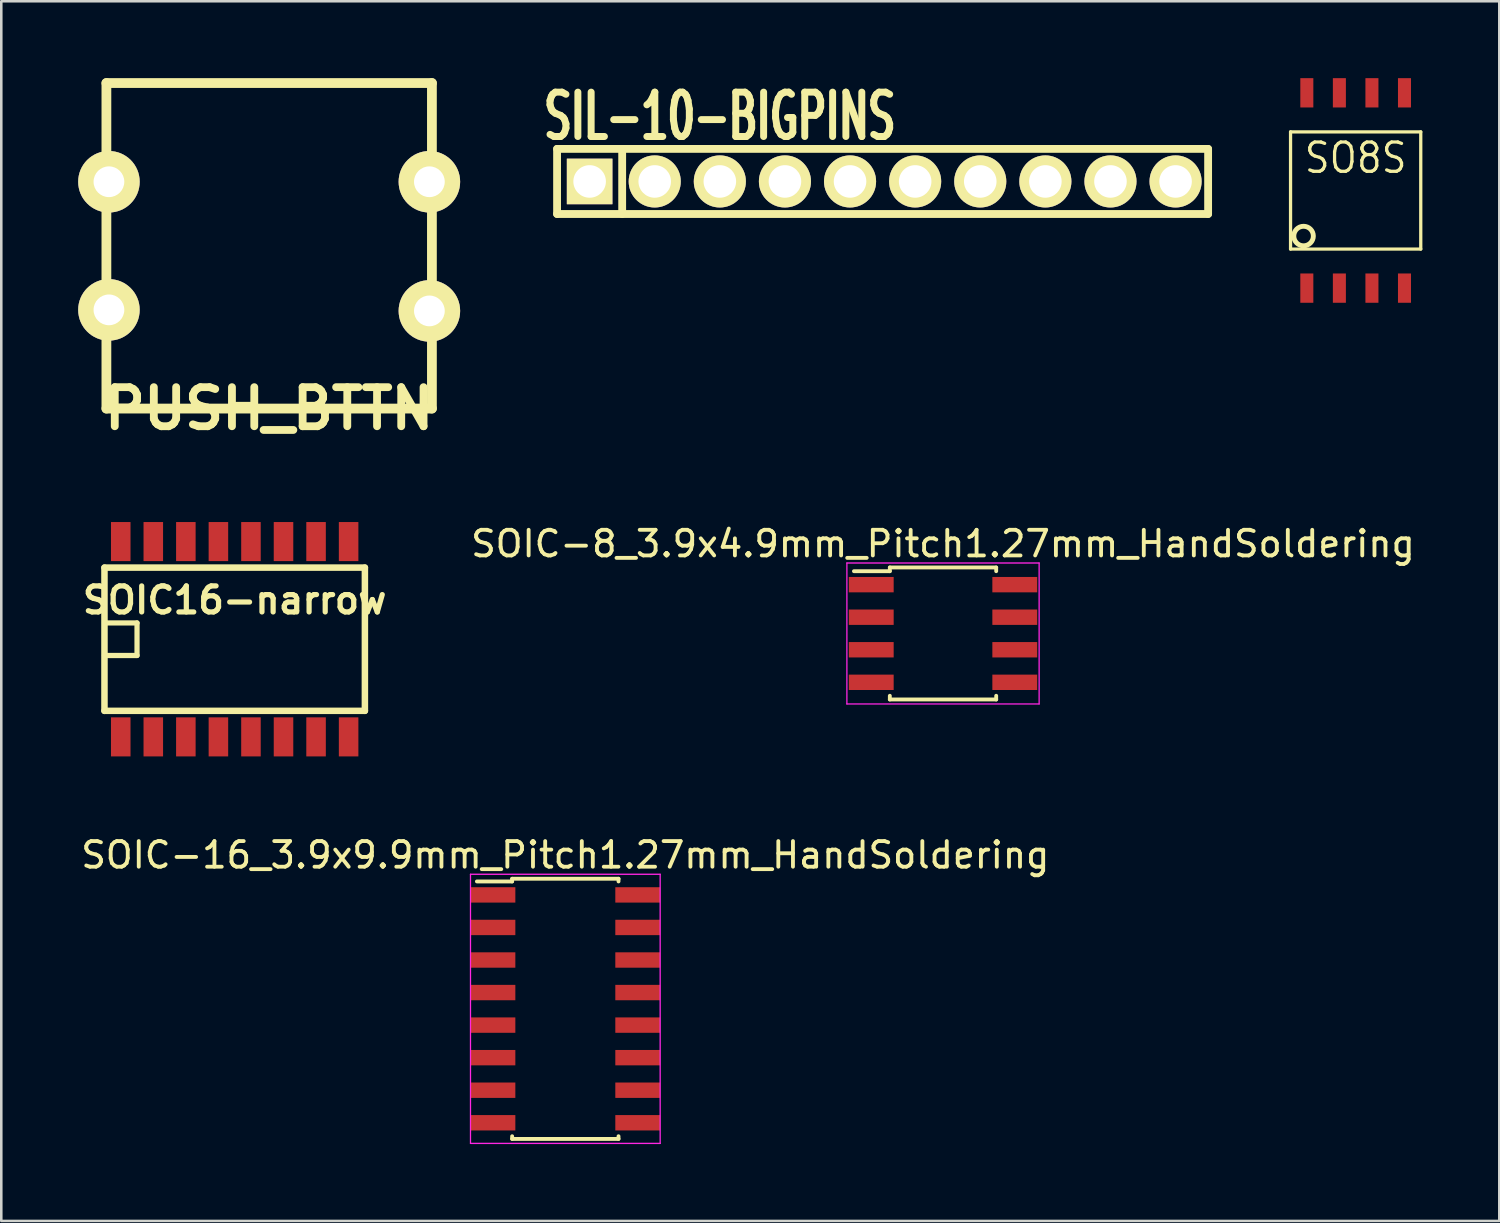
<source format=kicad_pcb>
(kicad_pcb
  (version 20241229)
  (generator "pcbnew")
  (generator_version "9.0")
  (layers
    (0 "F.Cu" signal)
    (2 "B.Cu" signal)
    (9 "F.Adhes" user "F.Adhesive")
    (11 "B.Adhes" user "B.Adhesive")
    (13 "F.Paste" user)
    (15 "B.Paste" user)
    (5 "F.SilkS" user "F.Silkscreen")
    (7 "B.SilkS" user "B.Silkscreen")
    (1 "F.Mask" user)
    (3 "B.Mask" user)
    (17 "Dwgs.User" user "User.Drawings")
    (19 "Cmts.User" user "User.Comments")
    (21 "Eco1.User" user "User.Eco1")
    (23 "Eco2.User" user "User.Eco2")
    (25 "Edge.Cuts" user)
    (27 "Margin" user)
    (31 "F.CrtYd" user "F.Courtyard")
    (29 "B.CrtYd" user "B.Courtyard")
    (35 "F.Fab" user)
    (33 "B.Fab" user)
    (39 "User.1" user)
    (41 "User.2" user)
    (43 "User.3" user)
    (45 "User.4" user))
  (footprint "SOIC-16_3.9x9.9mm_Pitch1.27mm_HandSoldering"
    (layer "F.Cu")
    (at 19.006 36.309)
    (property "Reference" "SOIC-16_3.9x9.9mm_Pitch1.27mm_HandSoldering" (at 0 -6 0) (layer "F.SilkS") (effects (font (size 1 1) (thickness 0.15))))
    (attr smd)
    (fp_line (start -2.075 -5.075) (end -2.075 -4.97) (stroke (width 0.15) (type solid)) (layer "F.SilkS"))
    (fp_line (start -2.075 -5.075) (end 2.075 -5.075) (stroke (width 0.15) (type solid)) (layer "F.SilkS"))
    (fp_line (start -2.075 -4.97) (end -3.45 -4.97) (stroke (width 0.15) (type solid)) (layer "F.SilkS"))
    (fp_line (start -2.075 5.075) (end -2.075 4.97) (stroke (width 0.15) (type solid)) (layer "F.SilkS"))
    (fp_line (start -2.075 5.075) (end 2.075 5.075) (stroke (width 0.15) (type solid)) (layer "F.SilkS"))
    (fp_line (start 2.075 -5.075) (end 2.075 -4.97) (stroke (width 0.15) (type solid)) (layer "F.SilkS"))
    (fp_line (start 2.075 5.075) (end 2.075 4.97) (stroke (width 0.15) (type solid)) (layer "F.SilkS"))
    (fp_line (start -3.7 -5.25) (end -3.7 5.25) (stroke (width 0.05) (type solid)) (layer "F.CrtYd"))
    (fp_line (start -3.7 -5.25) (end 3.7 -5.25) (stroke (width 0.05) (type solid)) (layer "F.CrtYd"))
    (fp_line (start -3.7 5.25) (end 3.7 5.25) (stroke (width 0.05) (type solid)) (layer "F.CrtYd"))
    (fp_line (start 3.7 -5.25) (end 3.7 5.25) (stroke (width 0.05) (type solid)) (layer "F.CrtYd"))
    (pad "1" smd rect (at -2.825 -4.445) (size 1.75 0.6) (layers "F.Cu" "F.Mask" "F.Paste"))
    (pad "2" smd rect (at -2.825 -3.175) (size 1.75 0.6) (layers "F.Cu" "F.Mask" "F.Paste"))
    (pad "3" smd rect (at -2.825 -1.905) (size 1.75 0.6) (layers "F.Cu" "F.Mask" "F.Paste"))
    (pad "4" smd rect (at -2.825 -0.635) (size 1.75 0.6) (layers "F.Cu" "F.Mask" "F.Paste"))
    (pad "5" smd rect (at -2.825 0.635) (size 1.75 0.6) (layers "F.Cu" "F.Mask" "F.Paste"))
    (pad "6" smd rect (at -2.825 1.905) (size 1.75 0.6) (layers "F.Cu" "F.Mask" "F.Paste"))
    (pad "7" smd rect (at -2.825 3.175) (size 1.75 0.6) (layers "F.Cu" "F.Mask" "F.Paste"))
    (pad "8" smd rect (at -2.825 4.445) (size 1.75 0.6) (layers "F.Cu" "F.Mask" "F.Paste"))
    (pad "9" smd rect (at 2.825 4.445) (size 1.75 0.6) (layers "F.Cu" "F.Mask" "F.Paste"))
    (pad "10" smd rect (at 2.825 3.175) (size 1.75 0.6) (layers "F.Cu" "F.Mask" "F.Paste"))
    (pad "11" smd rect (at 2.825 1.905) (size 1.75 0.6) (layers "F.Cu" "F.Mask" "F.Paste"))
    (pad "12" smd rect (at 2.825 0.635) (size 1.75 0.6) (layers "F.Cu" "F.Mask" "F.Paste"))
    (pad "13" smd rect (at 2.825 -0.635) (size 1.75 0.6) (layers "F.Cu" "F.Mask" "F.Paste"))
    (pad "14" smd rect (at 2.825 -1.905) (size 1.75 0.6) (layers "F.Cu" "F.Mask" "F.Paste"))
    (pad "15" smd rect (at 2.825 -3.175) (size 1.75 0.6) (layers "F.Cu" "F.Mask" "F.Paste"))
    (pad "16" smd rect (at 2.825 -4.445) (size 1.75 0.6) (layers "F.Cu" "F.Mask" "F.Paste")))
  (footprint "SIL-10-BIGPINS"
    (layer "F.Cu")
    (at 31.384 4.029)
    (property "Reference" "SIL-10-BIGPINS" (at -6.35 -2.54 0) (layer "F.SilkS") (effects (font (size 1.73 1.087) (thickness 0.272))))
    (attr through_hole)
    (fp_line (start -12.7 -1.27) (end 12.7 -1.27) (stroke (width 0.305) (type solid)) (layer "F.SilkS"))
    (fp_line (start -12.7 1.27) (end -12.7 -1.27) (stroke (width 0.305) (type solid)) (layer "F.SilkS"))
    (fp_line (start -10.16 1.27) (end -10.16 -1.27) (stroke (width 0.305) (type solid)) (layer "F.SilkS"))
    (fp_line (start 12.7 -1.27) (end 12.7 1.27) (stroke (width 0.305) (type solid)) (layer "F.SilkS"))
    (fp_line (start 12.7 1.27) (end -12.7 1.27) (stroke (width 0.305) (type solid)) (layer "F.SilkS"))
    (pad "1" thru_hole rect (at -11.43 0) (size 1.778 1.778) (drill 1.27) (layers "*.Cu" "*.Mask" "F.SilkS"))
    (pad "2" thru_hole circle (at -8.89 0) (size 2.032 2.032) (drill 1.27) (layers "*.Cu" "*.Mask" "F.SilkS"))
    (pad "3" thru_hole circle (at -6.35 0) (size 2.032 2.032) (drill 1.27) (layers "*.Cu" "*.Mask" "F.SilkS"))
    (pad "4" thru_hole circle (at -3.81 0) (size 2.032 2.032) (drill 1.27) (layers "*.Cu" "*.Mask" "F.SilkS"))
    (pad "5" thru_hole circle (at -1.27 0) (size 2.032 2.032) (drill 1.27) (layers "*.Cu" "*.Mask" "F.SilkS"))
    (pad "6" thru_hole circle (at 1.27 0) (size 2.032 2.032) (drill 1.27) (layers "*.Cu" "*.Mask" "F.SilkS"))
    (pad "7" thru_hole circle (at 3.81 0) (size 2.032 2.032) (drill 1.27) (layers "*.Cu" "*.Mask" "F.SilkS"))
    (pad "8" thru_hole circle (at 6.35 0) (size 2.032 2.032) (drill 1.27) (layers "*.Cu" "*.Mask" "F.SilkS"))
    (pad "9" thru_hole circle (at 8.89 0) (size 2.032 2.032) (drill 1.27) (layers "*.Cu" "*.Mask" "F.SilkS"))
    (pad "10" thru_hole circle (at 11.43 0) (size 2.032 2.032) (drill 1.27) (layers "*.Cu" "*.Mask" "F.SilkS")))
  (footprint "SOIC16-narrow"
    (layer "F.Cu")
    (at 6.106 21.889)
    (property "Reference" "SOIC16-narrow" (at 0 -1.524 0) (layer "F.SilkS") (effects (font (size 1.016 1.016) (thickness 0.203))))
    (attr smd)
    (fp_line (start -5.08 -2.794) (end -5.08 2.794) (stroke (width 0.254) (type solid)) (layer "F.SilkS"))
    (fp_line (start -5.08 -2.794) (end 5.08 -2.794) (stroke (width 0.254) (type solid)) (layer "F.SilkS"))
    (fp_line (start -5.08 -0.635) (end -3.81 -0.635) (stroke (width 0.203) (type solid)) (layer "F.SilkS"))
    (fp_line (start -5.08 2.794) (end 5.08 2.794) (stroke (width 0.254) (type solid)) (layer "F.SilkS"))
    (fp_line (start -3.81 -0.635) (end -3.81 0.635) (stroke (width 0.203) (type solid)) (layer "F.SilkS"))
    (fp_line (start -3.81 0.635) (end -5.08 0.635) (stroke (width 0.203) (type solid)) (layer "F.SilkS"))
    (fp_line (start 5.08 -2.794) (end 5.08 2.794) (stroke (width 0.254) (type solid)) (layer "F.SilkS"))
    (pad "1" smd rect (at -4.445 3.81) (size 0.762 1.524) (layers "F.Cu" "F.Mask" "F.Paste"))
    (pad "2" smd rect (at -3.175 3.81) (size 0.762 1.524) (layers "F.Cu" "F.Mask" "F.Paste"))
    (pad "3" smd rect (at -1.905 3.81) (size 0.762 1.524) (layers "F.Cu" "F.Mask" "F.Paste"))
    (pad "4" smd rect (at -0.635 3.81) (size 0.762 1.524) (layers "F.Cu" "F.Mask" "F.Paste"))
    (pad "5" smd rect (at 0.635 3.81) (size 0.762 1.524) (layers "F.Cu" "F.Mask" "F.Paste"))
    (pad "6" smd rect (at 1.905 3.81) (size 0.762 1.524) (layers "F.Cu" "F.Mask" "F.Paste"))
    (pad "7" smd rect (at 3.175 3.81) (size 0.762 1.524) (layers "F.Cu" "F.Mask" "F.Paste"))
    (pad "8" smd rect (at 4.445 3.81) (size 0.762 1.524) (layers "F.Cu" "F.Mask" "F.Paste"))
    (pad "9" smd rect (at 4.445 -3.81) (size 0.762 1.524) (layers "F.Cu" "F.Mask" "F.Paste"))
    (pad "10" smd rect (at 3.175 -3.81) (size 0.762 1.524) (layers "F.Cu" "F.Mask" "F.Paste"))
    (pad "11" smd rect (at 1.905 -3.81) (size 0.762 1.524) (layers "F.Cu" "F.Mask" "F.Paste"))
    (pad "12" smd rect (at 0.635 -3.81) (size 0.762 1.524) (layers "F.Cu" "F.Mask" "F.Paste"))
    (pad "13" smd rect (at -0.635 -3.81) (size 0.762 1.524) (layers "F.Cu" "F.Mask" "F.Paste"))
    (pad "14" smd rect (at -1.905 -3.81) (size 0.762 1.524) (layers "F.Cu" "F.Mask" "F.Paste"))
    (pad "15" smd rect (at -3.175 -3.81) (size 0.762 1.524) (layers "F.Cu" "F.Mask" "F.Paste"))
    (pad "16" smd rect (at -4.445 -3.81) (size 0.762 1.524) (layers "F.Cu" "F.Mask" "F.Paste")))
  (footprint "PUSH_BTTN"
    (layer "F.Cu")
    (at 7.451 6.54)
    (property "Reference" "PUSH_BTTN" (at 0 6.35 0) (layer "F.SilkS") (effects (font (size 1.524 1.524) (thickness 0.305))))
    (attr through_hole)
    (fp_line (start -6.35 -6.35) (end -6.35 6.35) (stroke (width 0.381) (type solid)) (layer "F.SilkS"))
    (fp_line (start -6.35 6.35) (end 6.35 6.35) (stroke (width 0.381) (type solid)) (layer "F.SilkS"))
    (fp_line (start 6.35 -6.35) (end -6.35 -6.35) (stroke (width 0.381) (type solid)) (layer "F.SilkS"))
    (fp_line (start 6.35 6.35) (end 6.35 -6.35) (stroke (width 0.381) (type solid)) (layer "F.SilkS"))
    (pad "1" thru_hole circle (at -6.251 -2.499) (size 2.4 2.4) (drill 1.199) (layers "*.Cu" "*.Mask" "F.SilkS"))
    (pad "1" thru_hole circle (at 6.251 -2.499) (size 2.4 2.4) (drill 1.199) (layers "*.Cu" "*.Mask" "F.SilkS"))
    (pad "2" thru_hole circle (at -6.251 2.499) (size 2.4 2.4) (drill 1.199) (layers "*.Cu" "*.Mask" "F.SilkS"))
    (pad "2" thru_hole circle (at 6.251 2.54) (size 2.4 2.4) (drill 1.199) (layers "*.Cu" "*.Mask" "F.SilkS")))
  (footprint "SOIC-8_3.9x4.9mm_Pitch1.27mm_HandSoldering"
    (layer "F.Cu")
    (at 33.741 21.665)
    (property "Reference" "SOIC-8_3.9x4.9mm_Pitch1.27mm_HandSoldering" (at 0 -3.5 0) (layer "F.SilkS") (effects (font (size 1 1) (thickness 0.15))))
    (attr smd)
    (fp_line (start -2.075 -2.575) (end -2.075 -2.43) (stroke (width 0.15) (type solid)) (layer "F.SilkS"))
    (fp_line (start -2.075 -2.575) (end 2.075 -2.575) (stroke (width 0.15) (type solid)) (layer "F.SilkS"))
    (fp_line (start -2.075 -2.43) (end -3.475 -2.43) (stroke (width 0.15) (type solid)) (layer "F.SilkS"))
    (fp_line (start -2.075 2.575) (end -2.075 2.43) (stroke (width 0.15) (type solid)) (layer "F.SilkS"))
    (fp_line (start -2.075 2.575) (end 2.075 2.575) (stroke (width 0.15) (type solid)) (layer "F.SilkS"))
    (fp_line (start 2.075 -2.575) (end 2.075 -2.43) (stroke (width 0.15) (type solid)) (layer "F.SilkS"))
    (fp_line (start 2.075 2.575) (end 2.075 2.43) (stroke (width 0.15) (type solid)) (layer "F.SilkS"))
    (fp_line (start -3.75 -2.75) (end -3.75 2.75) (stroke (width 0.05) (type solid)) (layer "F.CrtYd"))
    (fp_line (start -3.75 -2.75) (end 3.75 -2.75) (stroke (width 0.05) (type solid)) (layer "F.CrtYd"))
    (fp_line (start -3.75 2.75) (end 3.75 2.75) (stroke (width 0.05) (type solid)) (layer "F.CrtYd"))
    (fp_line (start 3.75 -2.75) (end 3.75 2.75) (stroke (width 0.05) (type solid)) (layer "F.CrtYd"))
    (pad "1" smd rect (at -2.8 -1.905) (size 1.75 0.6) (layers "F.Cu" "F.Mask" "F.Paste"))
    (pad "2" smd rect (at -2.8 -0.635) (size 1.75 0.6) (layers "F.Cu" "F.Mask" "F.Paste"))
    (pad "3" smd rect (at -2.8 0.635) (size 1.75 0.6) (layers "F.Cu" "F.Mask" "F.Paste"))
    (pad "4" smd rect (at -2.8 1.905) (size 1.75 0.6) (layers "F.Cu" "F.Mask" "F.Paste"))
    (pad "5" smd rect (at 2.8 1.905) (size 1.75 0.6) (layers "F.Cu" "F.Mask" "F.Paste"))
    (pad "6" smd rect (at 2.8 0.635) (size 1.75 0.6) (layers "F.Cu" "F.Mask" "F.Paste"))
    (pad "7" smd rect (at 2.8 -0.635) (size 1.75 0.6) (layers "F.Cu" "F.Mask" "F.Paste"))
    (pad "8" smd rect (at 2.8 -1.905) (size 1.75 0.6) (layers "F.Cu" "F.Mask" "F.Paste")))
  (footprint "SO8S"
    (layer "F.Cu")
    (at 49.84 4.381)
    (property "Reference" "SO8S" (at 0 -1.27 0) (layer "F.SilkS") (effects (font (size 1.143 1.016) (thickness 0.127))))
    (attr smd)
    (fp_line (start -2.54 -2.286) (end 2.54 -2.286) (stroke (width 0.127) (type solid)) (layer "F.SilkS"))
    (fp_line (start -2.54 2.286) (end -2.54 -2.286) (stroke (width 0.127) (type solid)) (layer "F.SilkS"))
    (fp_line (start 2.54 -2.286) (end 2.54 2.286) (stroke (width 0.127) (type solid)) (layer "F.SilkS"))
    (fp_line (start 2.54 2.286) (end -2.54 2.286) (stroke (width 0.127) (type solid)) (layer "F.SilkS"))
    (fp_circle (center -2.032 1.778) (end -1.651 1.778) (stroke (width 0.191) (type solid)) (fill no) (layer "F.SilkS"))
    (pad "1" smd rect (at -1.905 3.81) (size 0.508 1.143) (layers "F.Cu" "F.Mask" "F.Paste"))
    (pad "2" smd rect (at -0.635 3.81) (size 0.508 1.143) (layers "F.Cu" "F.Mask" "F.Paste"))
    (pad "3" smd rect (at 0.635 3.81) (size 0.508 1.143) (layers "F.Cu" "F.Mask" "F.Paste"))
    (pad "4" smd rect (at 1.905 3.81) (size 0.508 1.143) (layers "F.Cu" "F.Mask" "F.Paste"))
    (pad "5" smd rect (at 1.905 -3.81) (size 0.508 1.143) (layers "F.Cu" "F.Mask" "F.Paste"))
    (pad "6" smd rect (at 0.635 -3.81) (size 0.508 1.143) (layers "F.Cu" "F.Mask" "F.Paste"))
    (pad "7" smd rect (at -0.635 -3.81) (size 0.508 1.143) (layers "F.Cu" "F.Mask" "F.Paste"))
    (pad "8" smd rect (at -1.905 -3.81) (size 0.508 1.143) (layers "F.Cu" "F.Mask" "F.Paste")))
  (gr_rect
    (start -3 -3)
    (end 55.444 44.584)
    (stroke (width 0.1) (type default))
    (fill no)
    (layer "Edge.Cuts")))
</source>
